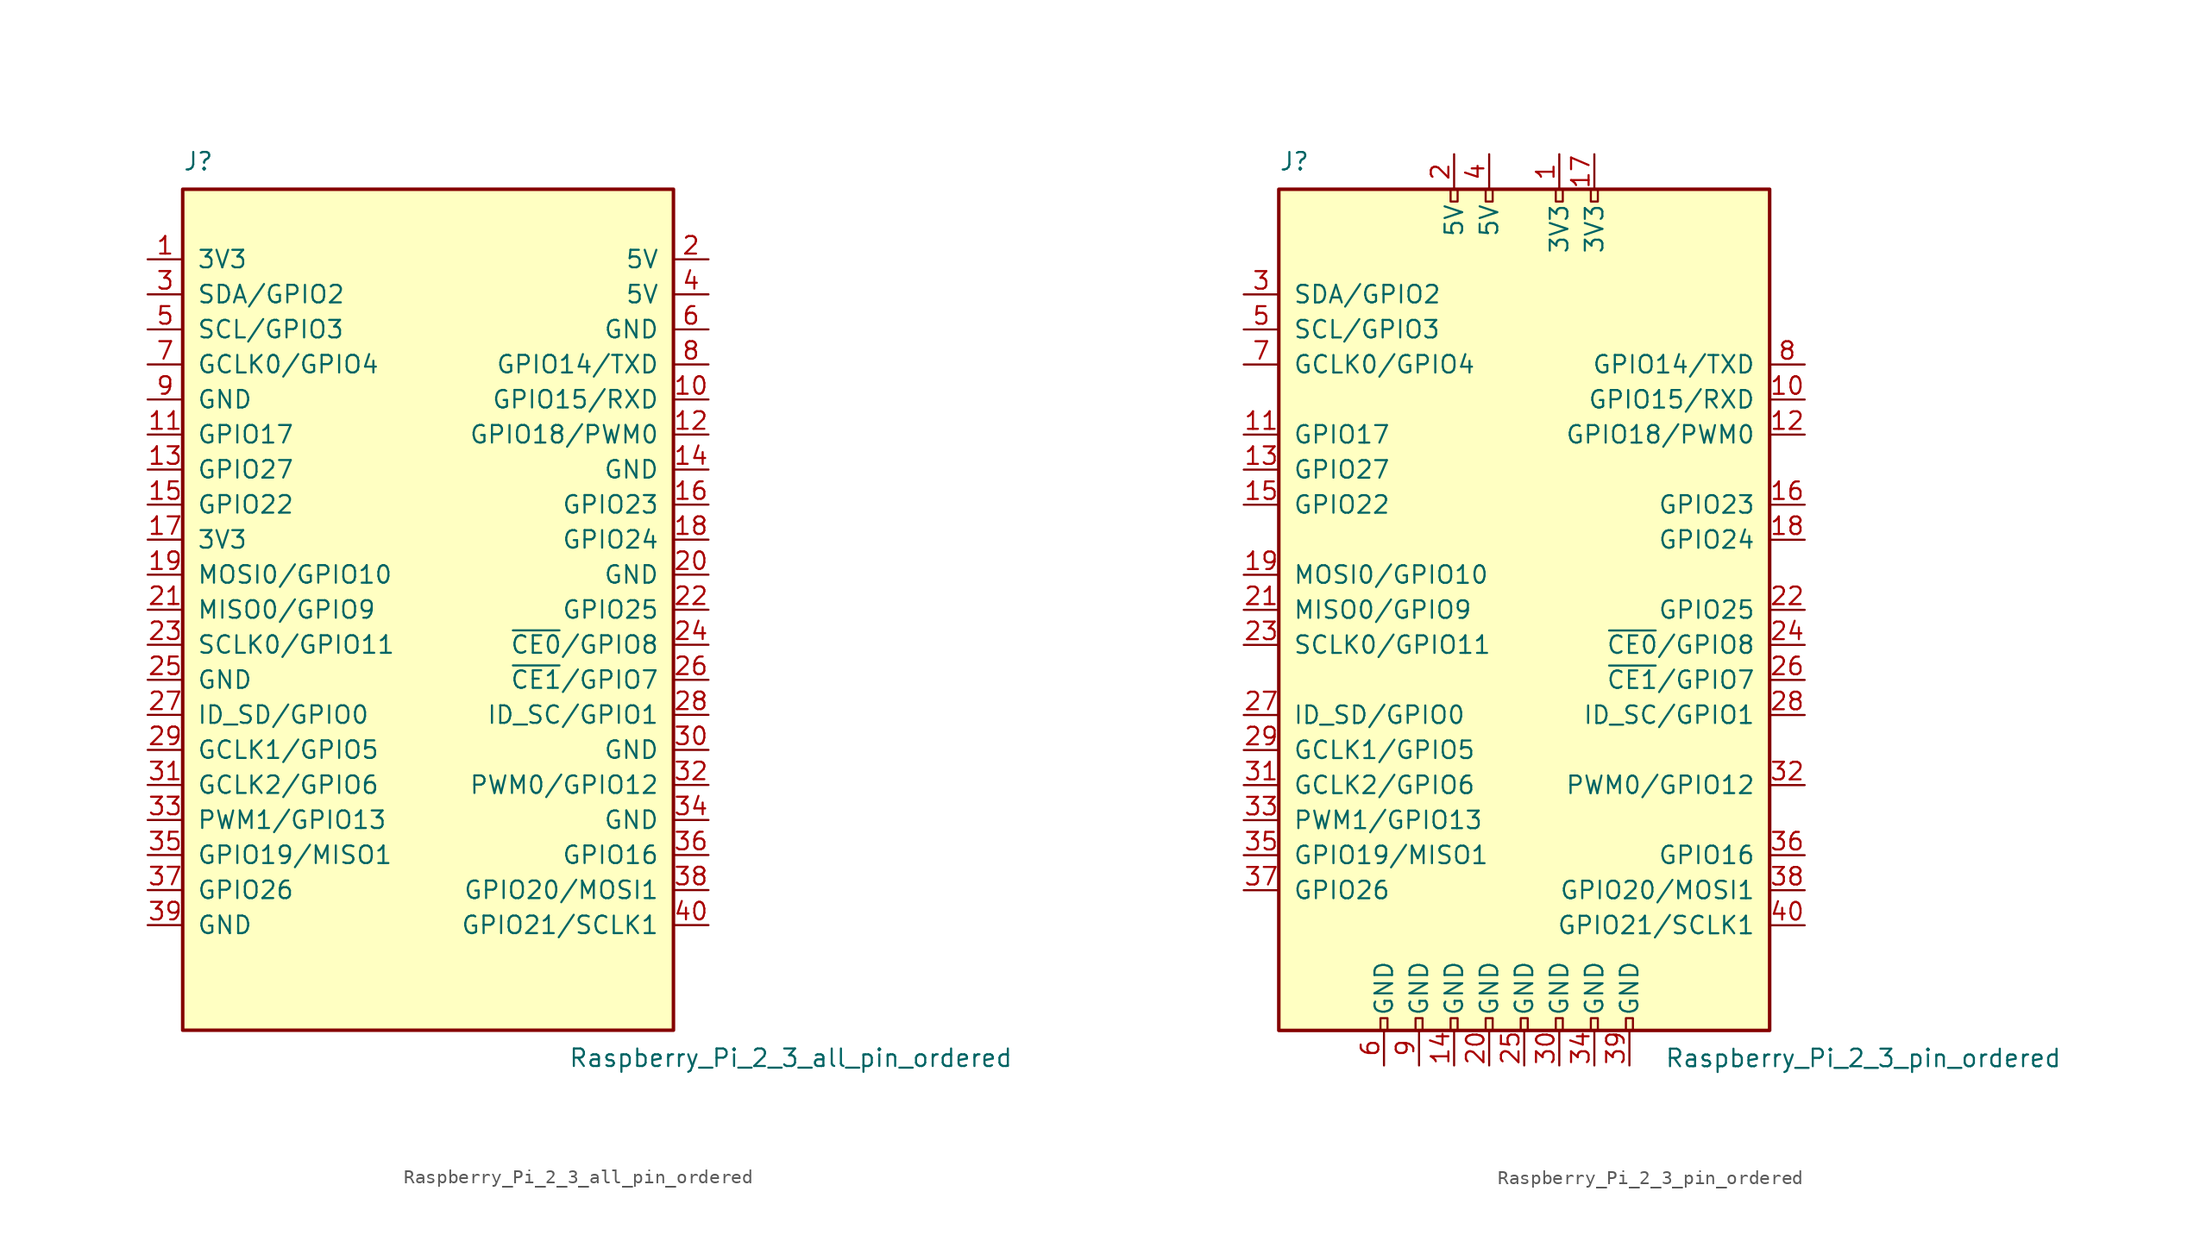
<source format=kicad_sym>
(kicad_symbol_lib
  (version 20211014)
  (generator kicad_symbol_editor)
  (symbol "Raspberry_Pi_2_3_all_pin_ordered"
    (pin_names
      (offset 1.016))
    (property "Reference" "J"
      (at -17.78 31.75 0)
      (effects (font (size 1.27 1.27)) (justify left bottom)))
    (property "Value" "Raspberry_Pi_2_3_all_pin_ordered"
      (at 10.16 -31.75 0)
      (effects (font (size 1.27 1.27)) (justify left top)))
    (symbol "Raspberry_Pi_2_3_all_pin_ordered_0_1"
      (rectangle (start -17.78 30.48) (end 17.78 -30.48) (stroke (width 0.254) (type default) (color 0 0 0 0)) (fill (type background))))
    (symbol "Raspberry_Pi_2_3_all_pin_ordered_1_1"
      (pin power_in line (at -20.32 25.4 0) (length 2.54) (name "3V3" (effects (font (size 1.27 1.27)))) (number "1" (effects (font (size 1.27 1.27)))))
      (pin bidirectional line (at 20.32 15.24 180) (length 2.54) (name "GPIO15/RXD" (effects (font (size 1.27 1.27)))) (number "10" (effects (font (size 1.27 1.27)))))
      (pin bidirectional line (at -20.32 12.7 0) (length 2.54) (name "GPIO17" (effects (font (size 1.27 1.27)))) (number "11" (effects (font (size 1.27 1.27)))))
      (pin bidirectional line (at 20.32 12.7 180) (length 2.54) (name "GPIO18/PWM0" (effects (font (size 1.27 1.27)))) (number "12" (effects (font (size 1.27 1.27)))))
      (pin bidirectional line (at -20.32 10.16 0) (length 2.54) (name "GPIO27" (effects (font (size 1.27 1.27)))) (number "13" (effects (font (size 1.27 1.27)))))
      (pin power_in line (at 20.32 10.16 180) (length 2.54) (name "GND" (effects (font (size 1.27 1.27)))) (number "14" (effects (font (size 1.27 1.27)))))
      (pin bidirectional line (at -20.32 7.62 0) (length 2.54) (name "GPIO22" (effects (font (size 1.27 1.27)))) (number "15" (effects (font (size 1.27 1.27)))))
      (pin bidirectional line (at 20.32 7.62 180) (length 2.54) (name "GPIO23" (effects (font (size 1.27 1.27)))) (number "16" (effects (font (size 1.27 1.27)))))
      (pin power_in line (at -20.32 5.08 0) (length 2.54) (name "3V3" (effects (font (size 1.27 1.27)))) (number "17" (effects (font (size 1.27 1.27)))))
      (pin bidirectional line (at 20.32 5.08 180) (length 2.54) (name "GPIO24" (effects (font (size 1.27 1.27)))) (number "18" (effects (font (size 1.27 1.27)))))
      (pin bidirectional line (at -20.32 2.54 0) (length 2.54) (name "MOSI0/GPIO10" (effects (font (size 1.27 1.27)))) (number "19" (effects (font (size 1.27 1.27)))))
      (pin power_in line (at 20.32 25.4 180) (length 2.54) (name "5V" (effects (font (size 1.27 1.27)))) (number "2" (effects (font (size 1.27 1.27)))))
      (pin power_in line (at 20.32 2.54 180) (length 2.54) (name "GND" (effects (font (size 1.27 1.27)))) (number "20" (effects (font (size 1.27 1.27)))))
      (pin bidirectional line (at -20.32 0 0) (length 2.54) (name "MISO0/GPIO9" (effects (font (size 1.27 1.27)))) (number "21" (effects (font (size 1.27 1.27)))))
      (pin bidirectional line (at 20.32 0 180) (length 2.54) (name "GPIO25" (effects (font (size 1.27 1.27)))) (number "22" (effects (font (size 1.27 1.27)))))
      (pin bidirectional line (at -20.32 -2.54 0) (length 2.54) (name "SCLK0/GPIO11" (effects (font (size 1.27 1.27)))) (number "23" (effects (font (size 1.27 1.27)))))
      (pin bidirectional line (at 20.32 -2.54 180) (length 2.54) (name "~{CE0}/GPIO8" (effects (font (size 1.27 1.27)))) (number "24" (effects (font (size 1.27 1.27)))))
      (pin power_in line (at -20.32 -5.08 0) (length 2.54) (name "GND" (effects (font (size 1.27 1.27)))) (number "25" (effects (font (size 1.27 1.27)))))
      (pin bidirectional line (at 20.32 -5.08 180) (length 2.54) (name "~{CE1}/GPIO7" (effects (font (size 1.27 1.27)))) (number "26" (effects (font (size 1.27 1.27)))))
      (pin bidirectional line (at -20.32 -7.62 0) (length 2.54) (name "ID_SD/GPIO0" (effects (font (size 1.27 1.27)))) (number "27" (effects (font (size 1.27 1.27)))))
      (pin bidirectional line (at 20.32 -7.62 180) (length 2.54) (name "ID_SC/GPIO1" (effects (font (size 1.27 1.27)))) (number "28" (effects (font (size 1.27 1.27)))))
      (pin bidirectional line (at -20.32 -10.16 0) (length 2.54) (name "GCLK1/GPIO5" (effects (font (size 1.27 1.27)))) (number "29" (effects (font (size 1.27 1.27)))))
      (pin bidirectional line (at -20.32 22.86 0) (length 2.54) (name "SDA/GPIO2" (effects (font (size 1.27 1.27)))) (number "3" (effects (font (size 1.27 1.27)))))
      (pin power_in line (at 20.32 -10.16 180) (length 2.54) (name "GND" (effects (font (size 1.27 1.27)))) (number "30" (effects (font (size 1.27 1.27)))))
      (pin bidirectional line (at -20.32 -12.7 0) (length 2.54) (name "GCLK2/GPIO6" (effects (font (size 1.27 1.27)))) (number "31" (effects (font (size 1.27 1.27)))))
      (pin bidirectional line (at 20.32 -12.7 180) (length 2.54) (name "PWM0/GPIO12" (effects (font (size 1.27 1.27)))) (number "32" (effects (font (size 1.27 1.27)))))
      (pin bidirectional line (at -20.32 -15.24 0) (length 2.54) (name "PWM1/GPIO13" (effects (font (size 1.27 1.27)))) (number "33" (effects (font (size 1.27 1.27)))))
      (pin power_in line (at 20.32 -15.24 180) (length 2.54) (name "GND" (effects (font (size 1.27 1.27)))) (number "34" (effects (font (size 1.27 1.27)))))
      (pin bidirectional line (at -20.32 -17.78 0) (length 2.54) (name "GPIO19/MISO1" (effects (font (size 1.27 1.27)))) (number "35" (effects (font (size 1.27 1.27)))))
      (pin bidirectional line (at 20.32 -17.78 180) (length 2.54) (name "GPIO16" (effects (font (size 1.27 1.27)))) (number "36" (effects (font (size 1.27 1.27)))))
      (pin bidirectional line (at -20.32 -20.32 0) (length 2.54) (name "GPIO26" (effects (font (size 1.27 1.27)))) (number "37" (effects (font (size 1.27 1.27)))))
      (pin bidirectional line (at 20.32 -20.32 180) (length 2.54) (name "GPIO20/MOSI1" (effects (font (size 1.27 1.27)))) (number "38" (effects (font (size 1.27 1.27)))))
      (pin power_in line (at -20.32 -22.86 0) (length 2.54) (name "GND" (effects (font (size 1.27 1.27)))) (number "39" (effects (font (size 1.27 1.27)))))
      (pin power_in line (at 20.32 22.86 180) (length 2.54) (name "5V" (effects (font (size 1.27 1.27)))) (number "4" (effects (font (size 1.27 1.27)))))
      (pin bidirectional line (at 20.32 -22.86 180) (length 2.54) (name "GPIO21/SCLK1" (effects (font (size 1.27 1.27)))) (number "40" (effects (font (size 1.27 1.27)))))
      (pin bidirectional line (at -20.32 20.32 0) (length 2.54) (name "SCL/GPIO3" (effects (font (size 1.27 1.27)))) (number "5" (effects (font (size 1.27 1.27)))))
      (pin power_in line (at 20.32 20.32 180) (length 2.54) (name "GND" (effects (font (size 1.27 1.27)))) (number "6" (effects (font (size 1.27 1.27)))))
      (pin bidirectional line (at -20.32 17.78 0) (length 2.54) (name "GCLK0/GPIO4" (effects (font (size 1.27 1.27)))) (number "7" (effects (font (size 1.27 1.27)))))
      (pin bidirectional line (at 20.32 17.78 180) (length 2.54) (name "GPIO14/TXD" (effects (font (size 1.27 1.27)))) (number "8" (effects (font (size 1.27 1.27)))))
      (pin power_in line (at -20.32 15.24 0) (length 2.54) (name "GND" (effects (font (size 1.27 1.27)))) (number "9" (effects (font (size 1.27 1.27)))))))
  (symbol "Raspberry_Pi_2_3_pin_ordered"
    (pin_names
      (offset 1.016))
    (property "Reference" "J"
      (at -17.78 31.75 0)
      (effects (font (size 1.27 1.27)) (justify left bottom)))
    (property "Value" "Raspberry_Pi_2_3_pin_ordered"
      (at 10.16 -31.75 0)
      (effects (font (size 1.27 1.27)) (justify left top)))
    (symbol "Raspberry_Pi_2_3_pin_ordered_0_1"
      (rectangle (start -17.78 30.48) (end 17.78 -30.48) (stroke (width 0.254) (type default) (color 0 0 0 0)) (fill (type background))))
    (symbol "Raspberry_Pi_2_3_pin_ordered_1_1"
      (rectangle (start -10.414 -29.591) (end -9.906 -30.48) (stroke (width 0) (type default) (color 0 0 0 0)) (fill (type none)))
      (rectangle (start -7.874 -29.591) (end -7.366 -30.48) (stroke (width 0) (type default) (color 0 0 0 0)) (fill (type none)))
      (rectangle (start -5.334 -29.591) (end -4.826 -30.48) (stroke (width 0) (type default) (color 0 0 0 0)) (fill (type none)))
      (rectangle (start -5.334 30.48) (end -4.826 29.591) (stroke (width 0) (type default) (color 0 0 0 0)) (fill (type none)))
      (rectangle (start -2.794 -29.591) (end -2.286 -30.48) (stroke (width 0) (type default) (color 0 0 0 0)) (fill (type none)))
      (rectangle (start -2.794 30.48) (end -2.286 29.591) (stroke (width 0) (type default) (color 0 0 0 0)) (fill (type none)))
      (rectangle (start -0.254 -29.591) (end 0.254 -30.48) (stroke (width 0) (type default) (color 0 0 0 0)) (fill (type none)))
      (rectangle (start 2.286 -29.591) (end 2.794 -30.48) (stroke (width 0) (type default) (color 0 0 0 0)) (fill (type none)))
      (rectangle (start 2.286 30.48) (end 2.794 29.591) (stroke (width 0) (type default) (color 0 0 0 0)) (fill (type none)))
      (rectangle (start 4.826 -29.591) (end 5.334 -30.48) (stroke (width 0) (type default) (color 0 0 0 0)) (fill (type none)))
      (rectangle (start 4.826 30.48) (end 5.334 29.591) (stroke (width 0) (type default) (color 0 0 0 0)) (fill (type none)))
      (rectangle (start 7.366 -29.591) (end 7.874 -30.48) (stroke (width 0) (type default) (color 0 0 0 0)) (fill (type none)))
      (pin power_in line (at 2.54 33.02 270) (length 2.54) (name "3V3" (effects (font (size 1.27 1.27)))) (number "1" (effects (font (size 1.27 1.27)))))
      (pin bidirectional line (at 20.32 15.24 180) (length 2.54) (name "GPIO15/RXD" (effects (font (size 1.27 1.27)))) (number "10" (effects (font (size 1.27 1.27)))))
      (pin bidirectional line (at -20.32 12.7 0) (length 2.54) (name "GPIO17" (effects (font (size 1.27 1.27)))) (number "11" (effects (font (size 1.27 1.27)))))
      (pin bidirectional line (at 20.32 12.7 180) (length 2.54) (name "GPIO18/PWM0" (effects (font (size 1.27 1.27)))) (number "12" (effects (font (size 1.27 1.27)))))
      (pin bidirectional line (at -20.32 10.16 0) (length 2.54) (name "GPIO27" (effects (font (size 1.27 1.27)))) (number "13" (effects (font (size 1.27 1.27)))))
      (pin power_in line (at -5.08 -33.02 90) (length 2.54) (name "GND" (effects (font (size 1.27 1.27)))) (number "14" (effects (font (size 1.27 1.27)))))
      (pin bidirectional line (at -20.32 7.62 0) (length 2.54) (name "GPIO22" (effects (font (size 1.27 1.27)))) (number "15" (effects (font (size 1.27 1.27)))))
      (pin bidirectional line (at 20.32 7.62 180) (length 2.54) (name "GPIO23" (effects (font (size 1.27 1.27)))) (number "16" (effects (font (size 1.27 1.27)))))
      (pin power_in line (at 5.08 33.02 270) (length 2.54) (name "3V3" (effects (font (size 1.27 1.27)))) (number "17" (effects (font (size 1.27 1.27)))))
      (pin bidirectional line (at 20.32 5.08 180) (length 2.54) (name "GPIO24" (effects (font (size 1.27 1.27)))) (number "18" (effects (font (size 1.27 1.27)))))
      (pin bidirectional line (at -20.32 2.54 0) (length 2.54) (name "MOSI0/GPIO10" (effects (font (size 1.27 1.27)))) (number "19" (effects (font (size 1.27 1.27)))))
      (pin power_in line (at -5.08 33.02 270) (length 2.54) (name "5V" (effects (font (size 1.27 1.27)))) (number "2" (effects (font (size 1.27 1.27)))))
      (pin power_in line (at -2.54 -33.02 90) (length 2.54) (name "GND" (effects (font (size 1.27 1.27)))) (number "20" (effects (font (size 1.27 1.27)))))
      (pin bidirectional line (at -20.32 0 0) (length 2.54) (name "MISO0/GPIO9" (effects (font (size 1.27 1.27)))) (number "21" (effects (font (size 1.27 1.27)))))
      (pin bidirectional line (at 20.32 0 180) (length 2.54) (name "GPIO25" (effects (font (size 1.27 1.27)))) (number "22" (effects (font (size 1.27 1.27)))))
      (pin bidirectional line (at -20.32 -2.54 0) (length 2.54) (name "SCLK0/GPIO11" (effects (font (size 1.27 1.27)))) (number "23" (effects (font (size 1.27 1.27)))))
      (pin bidirectional line (at 20.32 -2.54 180) (length 2.54) (name "~{CE0}/GPIO8" (effects (font (size 1.27 1.27)))) (number "24" (effects (font (size 1.27 1.27)))))
      (pin power_in line (at 0 -33.02 90) (length 2.54) (name "GND" (effects (font (size 1.27 1.27)))) (number "25" (effects (font (size 1.27 1.27)))))
      (pin bidirectional line (at 20.32 -5.08 180) (length 2.54) (name "~{CE1}/GPIO7" (effects (font (size 1.27 1.27)))) (number "26" (effects (font (size 1.27 1.27)))))
      (pin bidirectional line (at -20.32 -7.62 0) (length 2.54) (name "ID_SD/GPIO0" (effects (font (size 1.27 1.27)))) (number "27" (effects (font (size 1.27 1.27)))))
      (pin bidirectional line (at 20.32 -7.62 180) (length 2.54) (name "ID_SC/GPIO1" (effects (font (size 1.27 1.27)))) (number "28" (effects (font (size 1.27 1.27)))))
      (pin bidirectional line (at -20.32 -10.16 0) (length 2.54) (name "GCLK1/GPIO5" (effects (font (size 1.27 1.27)))) (number "29" (effects (font (size 1.27 1.27)))))
      (pin bidirectional line (at -20.32 22.86 0) (length 2.54) (name "SDA/GPIO2" (effects (font (size 1.27 1.27)))) (number "3" (effects (font (size 1.27 1.27)))))
      (pin power_in line (at 2.54 -33.02 90) (length 2.54) (name "GND" (effects (font (size 1.27 1.27)))) (number "30" (effects (font (size 1.27 1.27)))))
      (pin bidirectional line (at -20.32 -12.7 0) (length 2.54) (name "GCLK2/GPIO6" (effects (font (size 1.27 1.27)))) (number "31" (effects (font (size 1.27 1.27)))))
      (pin bidirectional line (at 20.32 -12.7 180) (length 2.54) (name "PWM0/GPIO12" (effects (font (size 1.27 1.27)))) (number "32" (effects (font (size 1.27 1.27)))))
      (pin bidirectional line (at -20.32 -15.24 0) (length 2.54) (name "PWM1/GPIO13" (effects (font (size 1.27 1.27)))) (number "33" (effects (font (size 1.27 1.27)))))
      (pin power_in line (at 5.08 -33.02 90) (length 2.54) (name "GND" (effects (font (size 1.27 1.27)))) (number "34" (effects (font (size 1.27 1.27)))))
      (pin bidirectional line (at -20.32 -17.78 0) (length 2.54) (name "GPIO19/MISO1" (effects (font (size 1.27 1.27)))) (number "35" (effects (font (size 1.27 1.27)))))
      (pin bidirectional line (at 20.32 -17.78 180) (length 2.54) (name "GPIO16" (effects (font (size 1.27 1.27)))) (number "36" (effects (font (size 1.27 1.27)))))
      (pin bidirectional line (at -20.32 -20.32 0) (length 2.54) (name "GPIO26" (effects (font (size 1.27 1.27)))) (number "37" (effects (font (size 1.27 1.27)))))
      (pin bidirectional line (at 20.32 -20.32 180) (length 2.54) (name "GPIO20/MOSI1" (effects (font (size 1.27 1.27)))) (number "38" (effects (font (size 1.27 1.27)))))
      (pin power_in line (at 7.62 -33.02 90) (length 2.54) (name "GND" (effects (font (size 1.27 1.27)))) (number "39" (effects (font (size 1.27 1.27)))))
      (pin power_in line (at -2.54 33.02 270) (length 2.54) (name "5V" (effects (font (size 1.27 1.27)))) (number "4" (effects (font (size 1.27 1.27)))))
      (pin bidirectional line (at 20.32 -22.86 180) (length 2.54) (name "GPIO21/SCLK1" (effects (font (size 1.27 1.27)))) (number "40" (effects (font (size 1.27 1.27)))))
      (pin bidirectional line (at -20.32 20.32 0) (length 2.54) (name "SCL/GPIO3" (effects (font (size 1.27 1.27)))) (number "5" (effects (font (size 1.27 1.27)))))
      (pin power_in line (at -10.16 -33.02 90) (length 2.54) (name "GND" (effects (font (size 1.27 1.27)))) (number "6" (effects (font (size 1.27 1.27)))))
      (pin bidirectional line (at -20.32 17.78 0) (length 2.54) (name "GCLK0/GPIO4" (effects (font (size 1.27 1.27)))) (number "7" (effects (font (size 1.27 1.27)))))
      (pin bidirectional line (at 20.32 17.78 180) (length 2.54) (name "GPIO14/TXD" (effects (font (size 1.27 1.27)))) (number "8" (effects (font (size 1.27 1.27)))))
      (pin power_in line (at -7.62 -33.02 90) (length 2.54) (name "GND" (effects (font (size 1.27 1.27)))) (number "9" (effects (font (size 1.27 1.27))))))))
</source>
